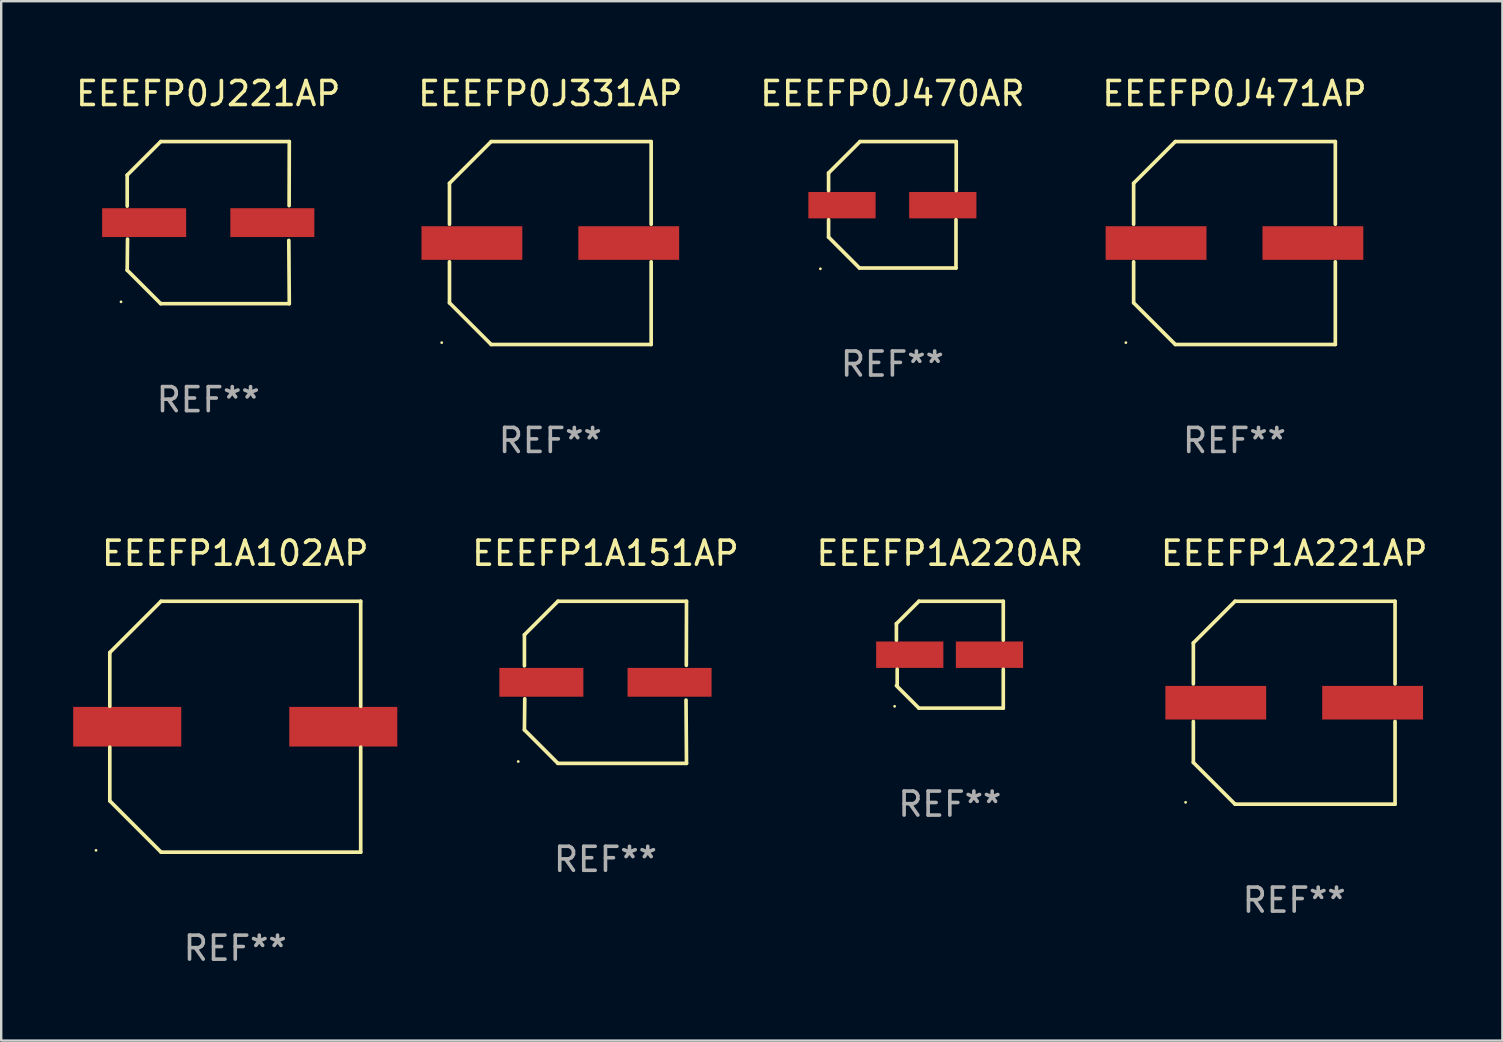
<source format=kicad_pcb>
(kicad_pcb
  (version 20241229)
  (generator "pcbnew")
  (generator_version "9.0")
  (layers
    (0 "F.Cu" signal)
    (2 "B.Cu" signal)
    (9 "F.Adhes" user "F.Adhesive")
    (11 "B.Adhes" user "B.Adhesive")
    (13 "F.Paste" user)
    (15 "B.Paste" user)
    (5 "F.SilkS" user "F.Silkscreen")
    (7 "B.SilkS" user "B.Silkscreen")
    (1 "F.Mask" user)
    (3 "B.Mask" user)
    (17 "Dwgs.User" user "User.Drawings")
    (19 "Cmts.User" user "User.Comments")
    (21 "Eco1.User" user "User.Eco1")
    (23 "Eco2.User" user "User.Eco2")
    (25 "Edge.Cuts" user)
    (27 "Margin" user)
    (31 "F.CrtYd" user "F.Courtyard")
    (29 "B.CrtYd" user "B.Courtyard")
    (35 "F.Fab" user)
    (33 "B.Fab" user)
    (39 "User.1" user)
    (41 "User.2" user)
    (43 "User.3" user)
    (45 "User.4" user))
  (footprint "EEEFP1A220AR"
    (layer "F.Cu")
    (at 36.518 24.223)
    (property "Reference" "EEEFP1A220AR" (at 0 -4.226 0) (layer "F.SilkS") (effects (font (size 1 1) (thickness 0.15))))
    (attr through_hole)
    (fp_line (start -2.226 -1.29) (end -2.226 -0.607) (stroke (width 0.152) (type solid)) (layer "F.SilkS"))
    (fp_line (start -2.193 1.29) (end -2.193 0.607) (stroke (width 0.152) (type solid)) (layer "F.SilkS"))
    (fp_line (start -1.29 2.226) (end -2.226 1.29) (stroke (width 0.152) (type solid)) (layer "F.SilkS"))
    (fp_line (start -1.29 -2.226) (end -2.226 -1.29) (stroke (width 0.152) (type solid)) (layer "F.SilkS"))
    (fp_line (start 2.226 -2.226) (end -1.29 -2.226) (stroke (width 0.152) (type solid)) (layer "F.SilkS"))
    (fp_line (start 2.226 -0.607) (end 2.226 -2.226) (stroke (width 0.152) (type solid)) (layer "F.SilkS"))
    (fp_line (start 2.226 0.607) (end 2.226 2.226) (stroke (width 0.152) (type solid)) (layer "F.SilkS"))
    (fp_line (start 2.226 2.226) (end -1.29 2.226) (stroke (width 0.152) (type solid)) (layer "F.SilkS"))
    (fp_circle (center -2.3 2.15) (end -2.27 2.15) (stroke (width 0.06) (type solid)) (fill no) (layer "F.SilkS"))
    (fp_text user "REF**" (at 0 6.226 0) (layer "F.Fab") (effects (font (size 1 1) (thickness 0.15))))
    (pad "1" smd rect (at -1.67 -0.000025) (size 2.8 1.1) (layers "F.Cu" "F.Mask" "F.Paste"))
    (pad "2" smd rect (at 1.651 -0.000025) (size 2.8 1.1) (layers "F.Cu" "F.Mask" "F.Paste")))
  (footprint "EEEFP1A102AP"
    (layer "F.Cu")
    (at 6.75 27.223)
    (property "Reference" "EEEFP1A102AP" (at 0 -7.226 0) (layer "F.SilkS") (effects (font (size 1 1) (thickness 0.15))))
    (attr through_hole)
    (fp_line (start -5.226 -3.09) (end -5.226 -0.852) (stroke (width 0.152) (type solid)) (layer "F.SilkS"))
    (fp_line (start -5.226 3.09) (end -5.226 0.852) (stroke (width 0.152) (type solid)) (layer "F.SilkS"))
    (fp_line (start -3.09 -5.226) (end -5.226 -3.09) (stroke (width 0.152) (type solid)) (layer "F.SilkS"))
    (fp_line (start -3.09 5.226) (end -5.226 3.09) (stroke (width 0.152) (type solid)) (layer "F.SilkS"))
    (fp_line (start 5.226 -5.226) (end -3.09 -5.226) (stroke (width 0.152) (type solid)) (layer "F.SilkS"))
    (fp_line (start 5.226 -0.852) (end 5.226 -5.226) (stroke (width 0.152) (type solid)) (layer "F.SilkS"))
    (fp_line (start 5.226 0.852) (end 5.226 5.226) (stroke (width 0.152) (type solid)) (layer "F.SilkS"))
    (fp_line (start 5.226 5.226) (end -3.09 5.226) (stroke (width 0.152) (type solid)) (layer "F.SilkS"))
    (fp_circle (center -5.8 5.15) (end -5.77 5.15) (stroke (width 0.06) (type solid)) (fill no) (layer "F.SilkS"))
    (fp_text user "REF**" (at 0 9.226 0) (layer "F.Fab") (effects (font (size 1 1) (thickness 0.15))))
    (pad "1" smd rect (at -4.5 0) (size 4.5 1.65) (layers "F.Cu" "F.Mask" "F.Paste"))
    (pad "2" smd rect (at 4.5 0) (size 4.5 1.65) (layers "F.Cu" "F.Mask" "F.Paste")))
  (footprint "EEEFP1A221AP"
    (layer "F.Cu")
    (at 50.863 26.223)
    (property "Reference" "EEEFP1A221AP" (at 0 -6.226 0) (layer "F.SilkS") (effects (font (size 1 1) (thickness 0.15))))
    (attr through_hole)
    (fp_line (start -4.201 -2.49) (end -4.201 -0.782) (stroke (width 0.152) (type solid)) (layer "F.SilkS"))
    (fp_line (start -4.201 2.49) (end -4.201 0.782) (stroke (width 0.152) (type solid)) (layer "F.SilkS"))
    (fp_line (start -2.465 -4.226) (end -4.201 -2.49) (stroke (width 0.152) (type solid)) (layer "F.SilkS"))
    (fp_line (start -2.465 4.226) (end -4.201 2.49) (stroke (width 0.152) (type solid)) (layer "F.SilkS"))
    (fp_line (start 4.201 -4.226) (end -2.465 -4.226) (stroke (width 0.152) (type solid)) (layer "F.SilkS"))
    (fp_line (start 4.201 -0.782) (end 4.201 -4.226) (stroke (width 0.152) (type solid)) (layer "F.SilkS"))
    (fp_line (start 4.201 0.782) (end 4.201 4.226) (stroke (width 0.152) (type solid)) (layer "F.SilkS"))
    (fp_line (start 4.201 4.226) (end -2.465 4.226) (stroke (width 0.152) (type solid)) (layer "F.SilkS"))
    (fp_circle (center -4.524 4.15) (end -4.494 4.15) (stroke (width 0.06) (type solid)) (fill no) (layer "F.SilkS"))
    (fp_text user "REF**" (at 0 8.226 0) (layer "F.Fab") (effects (font (size 1 1) (thickness 0.15))))
    (pad "1" smd rect (at -3.267 0) (size 4.2 1.4) (layers "F.Cu" "F.Mask" "F.Paste"))
    (pad "2" smd rect (at 3.267 0) (size 4.2 1.4) (layers "F.Cu" "F.Mask" "F.Paste")))
  (footprint "EEEFP0J331AP"
    (layer "F.Cu")
    (at 19.875 7.074)
    (property "Reference" "EEEFP0J331AP" (at 0 -6.226 0) (layer "F.SilkS") (effects (font (size 1 1) (thickness 0.15))))
    (attr through_hole)
    (fp_line (start -4.201 -2.49) (end -4.201 -0.782) (stroke (width 0.152) (type solid)) (layer "F.SilkS"))
    (fp_line (start -4.201 2.49) (end -4.201 0.782) (stroke (width 0.152) (type solid)) (layer "F.SilkS"))
    (fp_line (start -2.465 -4.226) (end -4.201 -2.49) (stroke (width 0.152) (type solid)) (layer "F.SilkS"))
    (fp_line (start -2.465 4.226) (end -4.201 2.49) (stroke (width 0.152) (type solid)) (layer "F.SilkS"))
    (fp_line (start 4.201 -4.226) (end -2.465 -4.226) (stroke (width 0.152) (type solid)) (layer "F.SilkS"))
    (fp_line (start 4.201 -0.782) (end 4.201 -4.226) (stroke (width 0.152) (type solid)) (layer "F.SilkS"))
    (fp_line (start 4.201 0.782) (end 4.201 4.226) (stroke (width 0.152) (type solid)) (layer "F.SilkS"))
    (fp_line (start 4.201 4.226) (end -2.465 4.226) (stroke (width 0.152) (type solid)) (layer "F.SilkS"))
    (fp_circle (center -4.524 4.15) (end -4.494 4.15) (stroke (width 0.06) (type solid)) (fill no) (layer "F.SilkS"))
    (fp_text user "REF**" (at 0 8.226 0) (layer "F.Fab") (effects (font (size 1 1) (thickness 0.15))))
    (pad "1" smd rect (at -3.267 0) (size 4.2 1.4) (layers "F.Cu" "F.Mask" "F.Paste"))
    (pad "2" smd rect (at 3.267 0) (size 4.2 1.4) (layers "F.Cu" "F.Mask" "F.Paste")))
  (footprint "EEEFP0J470AR"
    (layer "F.Cu")
    (at 34.125 5.482)
    (property "Reference" "EEEFP0J470AR" (at 0 -4.634 0) (layer "F.SilkS") (effects (font (size 1 1) (thickness 0.15))))
    (attr through_hole)
    (fp_line (start -2.659 -1.326) (end -2.659 -0.592) (stroke (width 0.152) (type solid)) (layer "F.SilkS"))
    (fp_line (start -2.659 1.346) (end -2.659 0.622) (stroke (width 0.152) (type solid)) (layer "F.SilkS"))
    (fp_line (start -1.372 2.634) (end -2.659 1.346) (stroke (width 0.152) (type solid)) (layer "F.SilkS"))
    (fp_line (start -1.349 -2.634) (end -2.659 -1.326) (stroke (width 0.152) (type solid)) (layer "F.SilkS"))
    (fp_line (start 2.649 0.622) (end 2.649 2.634) (stroke (width 0.152) (type solid)) (layer "F.SilkS"))
    (fp_line (start 2.649 2.634) (end -1.372 2.634) (stroke (width 0.152) (type solid)) (layer "F.SilkS"))
    (fp_line (start 2.659 -2.634) (end -1.349 -2.634) (stroke (width 0.152) (type solid)) (layer "F.SilkS"))
    (fp_line (start 2.659 -0.592) (end 2.659 -2.634) (stroke (width 0.152) (type solid)) (layer "F.SilkS"))
    (fp_circle (center -3 2.665) (end -2.97 2.665) (stroke (width 0.06) (type solid)) (fill no) (layer "F.SilkS"))
    (fp_text user "REF**" (at 0 6.634 0) (layer "F.Fab") (effects (font (size 1 1) (thickness 0.15))))
    (pad "1" smd rect (at -2.1 0.015) (size 2.8 1.1) (layers "F.Cu" "F.Mask" "F.Paste"))
    (pad "2" smd rect (at 2.1 0.015) (size 2.8 1.1) (layers "F.Cu" "F.Mask" "F.Paste")))
  (footprint "EEEFP1A151AP"
    (layer "F.Cu")
    (at 22.172 25.373)
    (property "Reference" "EEEFP1A151AP" (at 0 -5.376 0) (layer "F.SilkS") (effects (font (size 1 1) (thickness 0.15))))
    (attr through_hole)
    (fp_line (start -3.376 -1.98) (end -3.376 -0.686) (stroke (width 0.152) (type solid)) (layer "F.SilkS"))
    (fp_line (start -3.376 1.981) (end -3.362 0.686) (stroke (width 0.152) (type solid)) (layer "F.SilkS"))
    (fp_line (start -1.981 3.376) (end -3.376 1.981) (stroke (width 0.152) (type solid)) (layer "F.SilkS"))
    (fp_line (start -1.98 -3.376) (end -3.376 -1.98) (stroke (width 0.152) (type solid)) (layer "F.SilkS"))
    (fp_line (start 3.356 0.74) (end 3.376 3.376) (stroke (width 0.152) (type solid)) (layer "F.SilkS"))
    (fp_line (start 3.369 -0.707) (end 3.376 -3.376) (stroke (width 0.152) (type solid)) (layer "F.SilkS"))
    (fp_line (start 3.376 3.376) (end -1.981 3.376) (stroke (width 0.152) (type solid)) (layer "F.SilkS"))
    (fp_line (start 3.376 -3.376) (end -1.98 -3.376) (stroke (width 0.152) (type solid)) (layer "F.SilkS"))
    (fp_circle (center -3.634 3.3) (end -3.604 3.3) (stroke (width 0.06) (type solid)) (fill no) (layer "F.SilkS"))
    (fp_text user "REF**" (at 0 7.376 0) (layer "F.Fab") (effects (font (size 1 1) (thickness 0.15))))
    (pad "1" smd rect (at -2.67 0.000254) (size 3.5 1.2) (layers "F.Cu" "F.Mask" "F.Paste"))
    (pad "2" smd rect (at 2.67 0.000254) (size 3.5 1.2) (layers "F.Cu" "F.Mask" "F.Paste")))
  (footprint "EEEFP0J471AP"
    (layer "F.Cu")
    (at 48.375 7.074)
    (property "Reference" "EEEFP0J471AP" (at 0 -6.226 0) (layer "F.SilkS") (effects (font (size 1 1) (thickness 0.15))))
    (attr through_hole)
    (fp_line (start -4.201 -2.49) (end -4.201 -0.782) (stroke (width 0.152) (type solid)) (layer "F.SilkS"))
    (fp_line (start -4.201 2.49) (end -4.201 0.782) (stroke (width 0.152) (type solid)) (layer "F.SilkS"))
    (fp_line (start -2.465 -4.226) (end -4.201 -2.49) (stroke (width 0.152) (type solid)) (layer "F.SilkS"))
    (fp_line (start -2.465 4.226) (end -4.201 2.49) (stroke (width 0.152) (type solid)) (layer "F.SilkS"))
    (fp_line (start 4.201 -4.226) (end -2.465 -4.226) (stroke (width 0.152) (type solid)) (layer "F.SilkS"))
    (fp_line (start 4.201 -0.782) (end 4.201 -4.226) (stroke (width 0.152) (type solid)) (layer "F.SilkS"))
    (fp_line (start 4.201 0.782) (end 4.201 4.226) (stroke (width 0.152) (type solid)) (layer "F.SilkS"))
    (fp_line (start 4.201 4.226) (end -2.465 4.226) (stroke (width 0.152) (type solid)) (layer "F.SilkS"))
    (fp_circle (center -4.524 4.15) (end -4.494 4.15) (stroke (width 0.06) (type solid)) (fill no) (layer "F.SilkS"))
    (fp_text user "REF**" (at 0 8.226 0) (layer "F.Fab") (effects (font (size 1 1) (thickness 0.15))))
    (pad "1" smd rect (at -3.267 0) (size 4.2 1.4) (layers "F.Cu" "F.Mask" "F.Paste"))
    (pad "2" smd rect (at 3.267 0) (size 4.2 1.4) (layers "F.Cu" "F.Mask" "F.Paste")))
  (footprint "EEEFP0J221AP"
    (layer "F.Cu")
    (at 5.625 6.224)
    (property "Reference" "EEEFP0J221AP" (at 0 -5.376 0) (layer "F.SilkS") (effects (font (size 1 1) (thickness 0.15))))
    (attr through_hole)
    (fp_line (start -3.376 -1.98) (end -3.376 -0.686) (stroke (width 0.152) (type solid)) (layer "F.SilkS"))
    (fp_line (start -3.376 1.981) (end -3.362 0.686) (stroke (width 0.152) (type solid)) (layer "F.SilkS"))
    (fp_line (start -1.981 3.376) (end -3.376 1.981) (stroke (width 0.152) (type solid)) (layer "F.SilkS"))
    (fp_line (start -1.98 -3.376) (end -3.376 -1.98) (stroke (width 0.152) (type solid)) (layer "F.SilkS"))
    (fp_line (start 3.356 0.74) (end 3.376 3.376) (stroke (width 0.152) (type solid)) (layer "F.SilkS"))
    (fp_line (start 3.369 -0.707) (end 3.376 -3.376) (stroke (width 0.152) (type solid)) (layer "F.SilkS"))
    (fp_line (start 3.376 3.376) (end -1.981 3.376) (stroke (width 0.152) (type solid)) (layer "F.SilkS"))
    (fp_line (start 3.376 -3.376) (end -1.98 -3.376) (stroke (width 0.152) (type solid)) (layer "F.SilkS"))
    (fp_circle (center -3.634 3.3) (end -3.604 3.3) (stroke (width 0.06) (type solid)) (fill no) (layer "F.SilkS"))
    (fp_text user "REF**" (at 0 7.376 0) (layer "F.Fab") (effects (font (size 1 1) (thickness 0.15))))
    (pad "1" smd rect (at -2.67 0.000254) (size 3.5 1.2) (layers "F.Cu" "F.Mask" "F.Paste"))
    (pad "2" smd rect (at 2.67 0.000254) (size 3.5 1.2) (layers "F.Cu" "F.Mask" "F.Paste")))
  (gr_rect
    (start -3 -3)
    (end 59.535 40.298)
    (stroke (width 0.1) (type default))
    (fill no)
    (layer "Edge.Cuts")))
</source>
